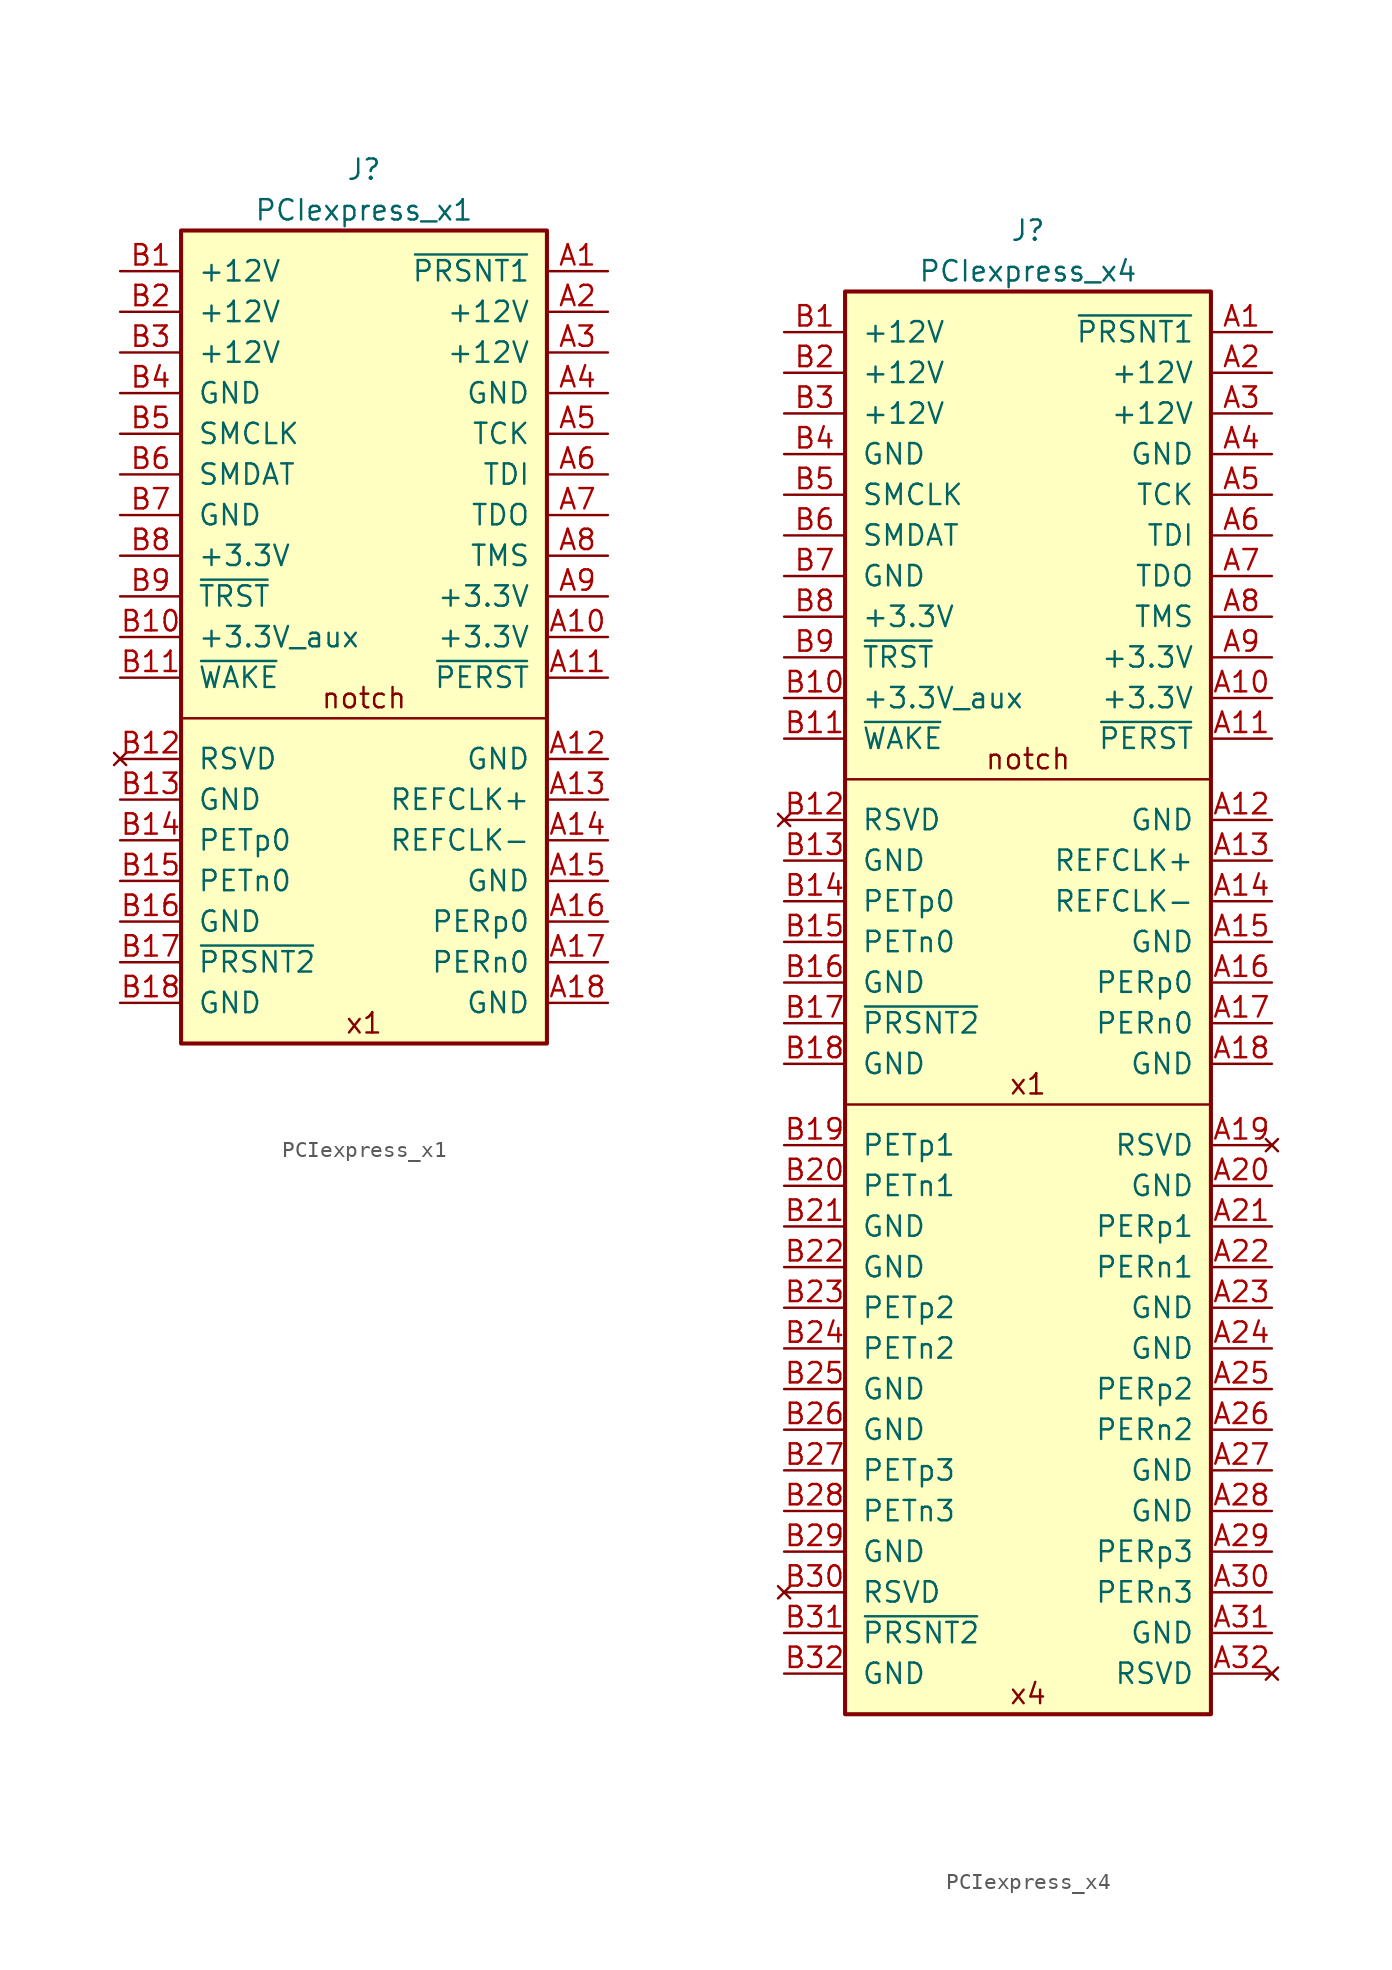
<source format=kicad_sym>
(kicad_symbol_lib
  (version 20211014)
  (generator kicad_symbol_editor)
  (symbol "PCIexpress_x1"
    (pin_names
      (offset 1.016))
    (property "Reference" "J"
      (at 0 3.81 0)
      (effects (font (size 1.27 1.27))))
    (property "Value" "PCIexpress_x1"
      (at 0 1.27 0)
      (effects (font (size 1.27 1.27))))
    (symbol "PCIexpress_x1_0_0"
      (text "notch" (at 0 -29.21 0) (effects (font (size 1.27 1.27))))
      (text "x1" (at 0 -49.53 0) (effects (font (size 1.27 1.27)))))
    (symbol "PCIexpress_x1_0_1"
      (polyline (pts (xy 11.43 -30.48) (xy -11.43 -30.48)) (stroke (width 0) (type default) (color 0 0 0 0)) (fill (type none))))
    (symbol "PCIexpress_x1_1_1"
      (rectangle (start 11.43 0) (end -11.43 -50.8) (stroke (width 0.254) (type default) (color 0 0 0 0)) (fill (type background)))
      (pin passive line (at 15.24 -2.54 180) (length 3.81) (name "~{PRSNT1}" (effects (font (size 1.27 1.27)))) (number "A1" (effects (font (size 1.27 1.27)))))
      (pin power_out line (at 15.24 -25.4 180) (length 3.81) (name "+3.3V" (effects (font (size 1.27 1.27)))) (number "A10" (effects (font (size 1.27 1.27)))))
      (pin output line (at 15.24 -27.94 180) (length 3.81) (name "~{PERST}" (effects (font (size 1.27 1.27)))) (number "A11" (effects (font (size 1.27 1.27)))))
      (pin power_out line (at 15.24 -33.02 180) (length 3.81) (name "GND" (effects (font (size 1.27 1.27)))) (number "A12" (effects (font (size 1.27 1.27)))))
      (pin output line (at 15.24 -35.56 180) (length 3.81) (name "REFCLK+" (effects (font (size 1.27 1.27)))) (number "A13" (effects (font (size 1.27 1.27)))))
      (pin output line (at 15.24 -38.1 180) (length 3.81) (name "REFCLK-" (effects (font (size 1.27 1.27)))) (number "A14" (effects (font (size 1.27 1.27)))))
      (pin power_out line (at 15.24 -40.64 180) (length 3.81) (name "GND" (effects (font (size 1.27 1.27)))) (number "A15" (effects (font (size 1.27 1.27)))))
      (pin input line (at 15.24 -43.18 180) (length 3.81) (name "PERp0" (effects (font (size 1.27 1.27)))) (number "A16" (effects (font (size 1.27 1.27)))))
      (pin input line (at 15.24 -45.72 180) (length 3.81) (name "PERn0" (effects (font (size 1.27 1.27)))) (number "A17" (effects (font (size 1.27 1.27)))))
      (pin power_out line (at 15.24 -48.26 180) (length 3.81) (name "GND" (effects (font (size 1.27 1.27)))) (number "A18" (effects (font (size 1.27 1.27)))))
      (pin power_out line (at 15.24 -5.08 180) (length 3.81) (name "+12V" (effects (font (size 1.27 1.27)))) (number "A2" (effects (font (size 1.27 1.27)))))
      (pin power_out line (at 15.24 -7.62 180) (length 3.81) (name "+12V" (effects (font (size 1.27 1.27)))) (number "A3" (effects (font (size 1.27 1.27)))))
      (pin power_out line (at 15.24 -10.16 180) (length 3.81) (name "GND" (effects (font (size 1.27 1.27)))) (number "A4" (effects (font (size 1.27 1.27)))))
      (pin output line (at 15.24 -12.7 180) (length 3.81) (name "TCK" (effects (font (size 1.27 1.27)))) (number "A5" (effects (font (size 1.27 1.27)))))
      (pin output line (at 15.24 -15.24 180) (length 3.81) (name "TDI" (effects (font (size 1.27 1.27)))) (number "A6" (effects (font (size 1.27 1.27)))))
      (pin input line (at 15.24 -17.78 180) (length 3.81) (name "TDO" (effects (font (size 1.27 1.27)))) (number "A7" (effects (font (size 1.27 1.27)))))
      (pin output line (at 15.24 -20.32 180) (length 3.81) (name "TMS" (effects (font (size 1.27 1.27)))) (number "A8" (effects (font (size 1.27 1.27)))))
      (pin power_out line (at 15.24 -22.86 180) (length 3.81) (name "+3.3V" (effects (font (size 1.27 1.27)))) (number "A9" (effects (font (size 1.27 1.27)))))
      (pin power_out line (at -15.24 -2.54 0) (length 3.81) (name "+12V" (effects (font (size 1.27 1.27)))) (number "B1" (effects (font (size 1.27 1.27)))))
      (pin power_out line (at -15.24 -25.4 0) (length 3.81) (name "+3.3V_aux" (effects (font (size 1.27 1.27)))) (number "B10" (effects (font (size 1.27 1.27)))))
      (pin open_collector line (at -15.24 -27.94 0) (length 3.81) (name "~{WAKE}" (effects (font (size 1.27 1.27)))) (number "B11" (effects (font (size 1.27 1.27)))))
      (pin no_connect line (at -15.24 -33.02 0) (length 3.81) (name "RSVD" (effects (font (size 1.27 1.27)))) (number "B12" (effects (font (size 1.27 1.27)))))
      (pin power_out line (at -15.24 -35.56 0) (length 3.81) (name "GND" (effects (font (size 1.27 1.27)))) (number "B13" (effects (font (size 1.27 1.27)))))
      (pin output line (at -15.24 -38.1 0) (length 3.81) (name "PETp0" (effects (font (size 1.27 1.27)))) (number "B14" (effects (font (size 1.27 1.27)))))
      (pin output line (at -15.24 -40.64 0) (length 3.81) (name "PETn0" (effects (font (size 1.27 1.27)))) (number "B15" (effects (font (size 1.27 1.27)))))
      (pin power_out line (at -15.24 -43.18 0) (length 3.81) (name "GND" (effects (font (size 1.27 1.27)))) (number "B16" (effects (font (size 1.27 1.27)))))
      (pin passive line (at -15.24 -45.72 0) (length 3.81) (name "~{PRSNT2}" (effects (font (size 1.27 1.27)))) (number "B17" (effects (font (size 1.27 1.27)))))
      (pin power_out line (at -15.24 -48.26 0) (length 3.81) (name "GND" (effects (font (size 1.27 1.27)))) (number "B18" (effects (font (size 1.27 1.27)))))
      (pin power_out line (at -15.24 -5.08 0) (length 3.81) (name "+12V" (effects (font (size 1.27 1.27)))) (number "B2" (effects (font (size 1.27 1.27)))))
      (pin power_out line (at -15.24 -7.62 0) (length 3.81) (name "+12V" (effects (font (size 1.27 1.27)))) (number "B3" (effects (font (size 1.27 1.27)))))
      (pin power_out line (at -15.24 -10.16 0) (length 3.81) (name "GND" (effects (font (size 1.27 1.27)))) (number "B4" (effects (font (size 1.27 1.27)))))
      (pin open_collector line (at -15.24 -12.7 0) (length 3.81) (name "SMCLK" (effects (font (size 1.27 1.27)))) (number "B5" (effects (font (size 1.27 1.27)))))
      (pin open_collector line (at -15.24 -15.24 0) (length 3.81) (name "SMDAT" (effects (font (size 1.27 1.27)))) (number "B6" (effects (font (size 1.27 1.27)))))
      (pin power_out line (at -15.24 -17.78 0) (length 3.81) (name "GND" (effects (font (size 1.27 1.27)))) (number "B7" (effects (font (size 1.27 1.27)))))
      (pin power_out line (at -15.24 -20.32 0) (length 3.81) (name "+3.3V" (effects (font (size 1.27 1.27)))) (number "B8" (effects (font (size 1.27 1.27)))))
      (pin output line (at -15.24 -22.86 0) (length 3.81) (name "~{TRST}" (effects (font (size 1.27 1.27)))) (number "B9" (effects (font (size 1.27 1.27)))))))
  (symbol "PCIexpress_x4"
    (pin_names
      (offset 1.016))
    (property "Reference" "J"
      (at 0 3.81 0)
      (effects (font (size 1.27 1.27))))
    (property "Value" "PCIexpress_x4"
      (at 0 1.27 0)
      (effects (font (size 1.27 1.27))))
    (symbol "PCIexpress_x4_0_0"
      (text "notch" (at 0 -29.21 0) (effects (font (size 1.27 1.27))))
      (text "x1" (at 0 -49.53 0) (effects (font (size 1.27 1.27))))
      (text "x4" (at 0 -87.63 0) (effects (font (size 1.27 1.27)))))
    (symbol "PCIexpress_x4_0_1"
      (polyline (pts (xy 11.43 -50.8) (xy -11.43 -50.8)) (stroke (width 0) (type default) (color 0 0 0 0)) (fill (type none)))
      (polyline (pts (xy 11.43 -30.48) (xy -11.43 -30.48)) (stroke (width 0) (type default) (color 0 0 0 0)) (fill (type none))))
    (symbol "PCIexpress_x4_1_1"
      (rectangle (start 11.43 0) (end -11.43 -88.9) (stroke (width 0.254) (type default) (color 0 0 0 0)) (fill (type background)))
      (pin passive line (at 15.24 -2.54 180) (length 3.81) (name "~{PRSNT1}" (effects (font (size 1.27 1.27)))) (number "A1" (effects (font (size 1.27 1.27)))))
      (pin power_out line (at 15.24 -25.4 180) (length 3.81) (name "+3.3V" (effects (font (size 1.27 1.27)))) (number "A10" (effects (font (size 1.27 1.27)))))
      (pin output line (at 15.24 -27.94 180) (length 3.81) (name "~{PERST}" (effects (font (size 1.27 1.27)))) (number "A11" (effects (font (size 1.27 1.27)))))
      (pin power_out line (at 15.24 -33.02 180) (length 3.81) (name "GND" (effects (font (size 1.27 1.27)))) (number "A12" (effects (font (size 1.27 1.27)))))
      (pin output line (at 15.24 -35.56 180) (length 3.81) (name "REFCLK+" (effects (font (size 1.27 1.27)))) (number "A13" (effects (font (size 1.27 1.27)))))
      (pin output line (at 15.24 -38.1 180) (length 3.81) (name "REFCLK-" (effects (font (size 1.27 1.27)))) (number "A14" (effects (font (size 1.27 1.27)))))
      (pin power_out line (at 15.24 -40.64 180) (length 3.81) (name "GND" (effects (font (size 1.27 1.27)))) (number "A15" (effects (font (size 1.27 1.27)))))
      (pin input line (at 15.24 -43.18 180) (length 3.81) (name "PERp0" (effects (font (size 1.27 1.27)))) (number "A16" (effects (font (size 1.27 1.27)))))
      (pin input line (at 15.24 -45.72 180) (length 3.81) (name "PERn0" (effects (font (size 1.27 1.27)))) (number "A17" (effects (font (size 1.27 1.27)))))
      (pin power_out line (at 15.24 -48.26 180) (length 3.81) (name "GND" (effects (font (size 1.27 1.27)))) (number "A18" (effects (font (size 1.27 1.27)))))
      (pin no_connect line (at 15.24 -53.34 180) (length 3.81) (name "RSVD" (effects (font (size 1.27 1.27)))) (number "A19" (effects (font (size 1.27 1.27)))))
      (pin power_out line (at 15.24 -5.08 180) (length 3.81) (name "+12V" (effects (font (size 1.27 1.27)))) (number "A2" (effects (font (size 1.27 1.27)))))
      (pin power_out line (at 15.24 -55.88 180) (length 3.81) (name "GND" (effects (font (size 1.27 1.27)))) (number "A20" (effects (font (size 1.27 1.27)))))
      (pin input line (at 15.24 -58.42 180) (length 3.81) (name "PERp1" (effects (font (size 1.27 1.27)))) (number "A21" (effects (font (size 1.27 1.27)))))
      (pin input line (at 15.24 -60.96 180) (length 3.81) (name "PERn1" (effects (font (size 1.27 1.27)))) (number "A22" (effects (font (size 1.27 1.27)))))
      (pin power_out line (at 15.24 -63.5 180) (length 3.81) (name "GND" (effects (font (size 1.27 1.27)))) (number "A23" (effects (font (size 1.27 1.27)))))
      (pin power_out line (at 15.24 -66.04 180) (length 3.81) (name "GND" (effects (font (size 1.27 1.27)))) (number "A24" (effects (font (size 1.27 1.27)))))
      (pin input line (at 15.24 -68.58 180) (length 3.81) (name "PERp2" (effects (font (size 1.27 1.27)))) (number "A25" (effects (font (size 1.27 1.27)))))
      (pin input line (at 15.24 -71.12 180) (length 3.81) (name "PERn2" (effects (font (size 1.27 1.27)))) (number "A26" (effects (font (size 1.27 1.27)))))
      (pin power_out line (at 15.24 -73.66 180) (length 3.81) (name "GND" (effects (font (size 1.27 1.27)))) (number "A27" (effects (font (size 1.27 1.27)))))
      (pin power_out line (at 15.24 -76.2 180) (length 3.81) (name "GND" (effects (font (size 1.27 1.27)))) (number "A28" (effects (font (size 1.27 1.27)))))
      (pin input line (at 15.24 -78.74 180) (length 3.81) (name "PERp3" (effects (font (size 1.27 1.27)))) (number "A29" (effects (font (size 1.27 1.27)))))
      (pin power_out line (at 15.24 -7.62 180) (length 3.81) (name "+12V" (effects (font (size 1.27 1.27)))) (number "A3" (effects (font (size 1.27 1.27)))))
      (pin input line (at 15.24 -81.28 180) (length 3.81) (name "PERn3" (effects (font (size 1.27 1.27)))) (number "A30" (effects (font (size 1.27 1.27)))))
      (pin power_out line (at 15.24 -83.82 180) (length 3.81) (name "GND" (effects (font (size 1.27 1.27)))) (number "A31" (effects (font (size 1.27 1.27)))))
      (pin no_connect line (at 15.24 -86.36 180) (length 3.81) (name "RSVD" (effects (font (size 1.27 1.27)))) (number "A32" (effects (font (size 1.27 1.27)))))
      (pin power_out line (at 15.24 -10.16 180) (length 3.81) (name "GND" (effects (font (size 1.27 1.27)))) (number "A4" (effects (font (size 1.27 1.27)))))
      (pin output line (at 15.24 -12.7 180) (length 3.81) (name "TCK" (effects (font (size 1.27 1.27)))) (number "A5" (effects (font (size 1.27 1.27)))))
      (pin output line (at 15.24 -15.24 180) (length 3.81) (name "TDI" (effects (font (size 1.27 1.27)))) (number "A6" (effects (font (size 1.27 1.27)))))
      (pin input line (at 15.24 -17.78 180) (length 3.81) (name "TDO" (effects (font (size 1.27 1.27)))) (number "A7" (effects (font (size 1.27 1.27)))))
      (pin output line (at 15.24 -20.32 180) (length 3.81) (name "TMS" (effects (font (size 1.27 1.27)))) (number "A8" (effects (font (size 1.27 1.27)))))
      (pin power_out line (at 15.24 -22.86 180) (length 3.81) (name "+3.3V" (effects (font (size 1.27 1.27)))) (number "A9" (effects (font (size 1.27 1.27)))))
      (pin power_out line (at -15.24 -2.54 0) (length 3.81) (name "+12V" (effects (font (size 1.27 1.27)))) (number "B1" (effects (font (size 1.27 1.27)))))
      (pin power_out line (at -15.24 -25.4 0) (length 3.81) (name "+3.3V_aux" (effects (font (size 1.27 1.27)))) (number "B10" (effects (font (size 1.27 1.27)))))
      (pin open_collector line (at -15.24 -27.94 0) (length 3.81) (name "~{WAKE}" (effects (font (size 1.27 1.27)))) (number "B11" (effects (font (size 1.27 1.27)))))
      (pin no_connect line (at -15.24 -33.02 0) (length 3.81) (name "RSVD" (effects (font (size 1.27 1.27)))) (number "B12" (effects (font (size 1.27 1.27)))))
      (pin power_out line (at -15.24 -35.56 0) (length 3.81) (name "GND" (effects (font (size 1.27 1.27)))) (number "B13" (effects (font (size 1.27 1.27)))))
      (pin output line (at -15.24 -38.1 0) (length 3.81) (name "PETp0" (effects (font (size 1.27 1.27)))) (number "B14" (effects (font (size 1.27 1.27)))))
      (pin output line (at -15.24 -40.64 0) (length 3.81) (name "PETn0" (effects (font (size 1.27 1.27)))) (number "B15" (effects (font (size 1.27 1.27)))))
      (pin power_out line (at -15.24 -43.18 0) (length 3.81) (name "GND" (effects (font (size 1.27 1.27)))) (number "B16" (effects (font (size 1.27 1.27)))))
      (pin passive line (at -15.24 -45.72 0) (length 3.81) (name "~{PRSNT2}" (effects (font (size 1.27 1.27)))) (number "B17" (effects (font (size 1.27 1.27)))))
      (pin power_out line (at -15.24 -48.26 0) (length 3.81) (name "GND" (effects (font (size 1.27 1.27)))) (number "B18" (effects (font (size 1.27 1.27)))))
      (pin output line (at -15.24 -53.34 0) (length 3.81) (name "PETp1" (effects (font (size 1.27 1.27)))) (number "B19" (effects (font (size 1.27 1.27)))))
      (pin power_out line (at -15.24 -5.08 0) (length 3.81) (name "+12V" (effects (font (size 1.27 1.27)))) (number "B2" (effects (font (size 1.27 1.27)))))
      (pin output line (at -15.24 -55.88 0) (length 3.81) (name "PETn1" (effects (font (size 1.27 1.27)))) (number "B20" (effects (font (size 1.27 1.27)))))
      (pin power_out line (at -15.24 -58.42 0) (length 3.81) (name "GND" (effects (font (size 1.27 1.27)))) (number "B21" (effects (font (size 1.27 1.27)))))
      (pin power_out line (at -15.24 -60.96 0) (length 3.81) (name "GND" (effects (font (size 1.27 1.27)))) (number "B22" (effects (font (size 1.27 1.27)))))
      (pin output line (at -15.24 -63.5 0) (length 3.81) (name "PETp2" (effects (font (size 1.27 1.27)))) (number "B23" (effects (font (size 1.27 1.27)))))
      (pin output line (at -15.24 -66.04 0) (length 3.81) (name "PETn2" (effects (font (size 1.27 1.27)))) (number "B24" (effects (font (size 1.27 1.27)))))
      (pin power_out line (at -15.24 -68.58 0) (length 3.81) (name "GND" (effects (font (size 1.27 1.27)))) (number "B25" (effects (font (size 1.27 1.27)))))
      (pin power_out line (at -15.24 -71.12 0) (length 3.81) (name "GND" (effects (font (size 1.27 1.27)))) (number "B26" (effects (font (size 1.27 1.27)))))
      (pin output line (at -15.24 -73.66 0) (length 3.81) (name "PETp3" (effects (font (size 1.27 1.27)))) (number "B27" (effects (font (size 1.27 1.27)))))
      (pin output line (at -15.24 -76.2 0) (length 3.81) (name "PETn3" (effects (font (size 1.27 1.27)))) (number "B28" (effects (font (size 1.27 1.27)))))
      (pin power_out line (at -15.24 -78.74 0) (length 3.81) (name "GND" (effects (font (size 1.27 1.27)))) (number "B29" (effects (font (size 1.27 1.27)))))
      (pin power_out line (at -15.24 -7.62 0) (length 3.81) (name "+12V" (effects (font (size 1.27 1.27)))) (number "B3" (effects (font (size 1.27 1.27)))))
      (pin no_connect line (at -15.24 -81.28 0) (length 3.81) (name "RSVD" (effects (font (size 1.27 1.27)))) (number "B30" (effects (font (size 1.27 1.27)))))
      (pin passive line (at -15.24 -83.82 0) (length 3.81) (name "~{PRSNT2}" (effects (font (size 1.27 1.27)))) (number "B31" (effects (font (size 1.27 1.27)))))
      (pin power_out line (at -15.24 -86.36 0) (length 3.81) (name "GND" (effects (font (size 1.27 1.27)))) (number "B32" (effects (font (size 1.27 1.27)))))
      (pin power_out line (at -15.24 -10.16 0) (length 3.81) (name "GND" (effects (font (size 1.27 1.27)))) (number "B4" (effects (font (size 1.27 1.27)))))
      (pin open_collector line (at -15.24 -12.7 0) (length 3.81) (name "SMCLK" (effects (font (size 1.27 1.27)))) (number "B5" (effects (font (size 1.27 1.27)))))
      (pin open_collector line (at -15.24 -15.24 0) (length 3.81) (name "SMDAT" (effects (font (size 1.27 1.27)))) (number "B6" (effects (font (size 1.27 1.27)))))
      (pin power_out line (at -15.24 -17.78 0) (length 3.81) (name "GND" (effects (font (size 1.27 1.27)))) (number "B7" (effects (font (size 1.27 1.27)))))
      (pin power_out line (at -15.24 -20.32 0) (length 3.81) (name "+3.3V" (effects (font (size 1.27 1.27)))) (number "B8" (effects (font (size 1.27 1.27)))))
      (pin output line (at -15.24 -22.86 0) (length 3.81) (name "~{TRST}" (effects (font (size 1.27 1.27)))) (number "B9" (effects (font (size 1.27 1.27))))))))
</source>
